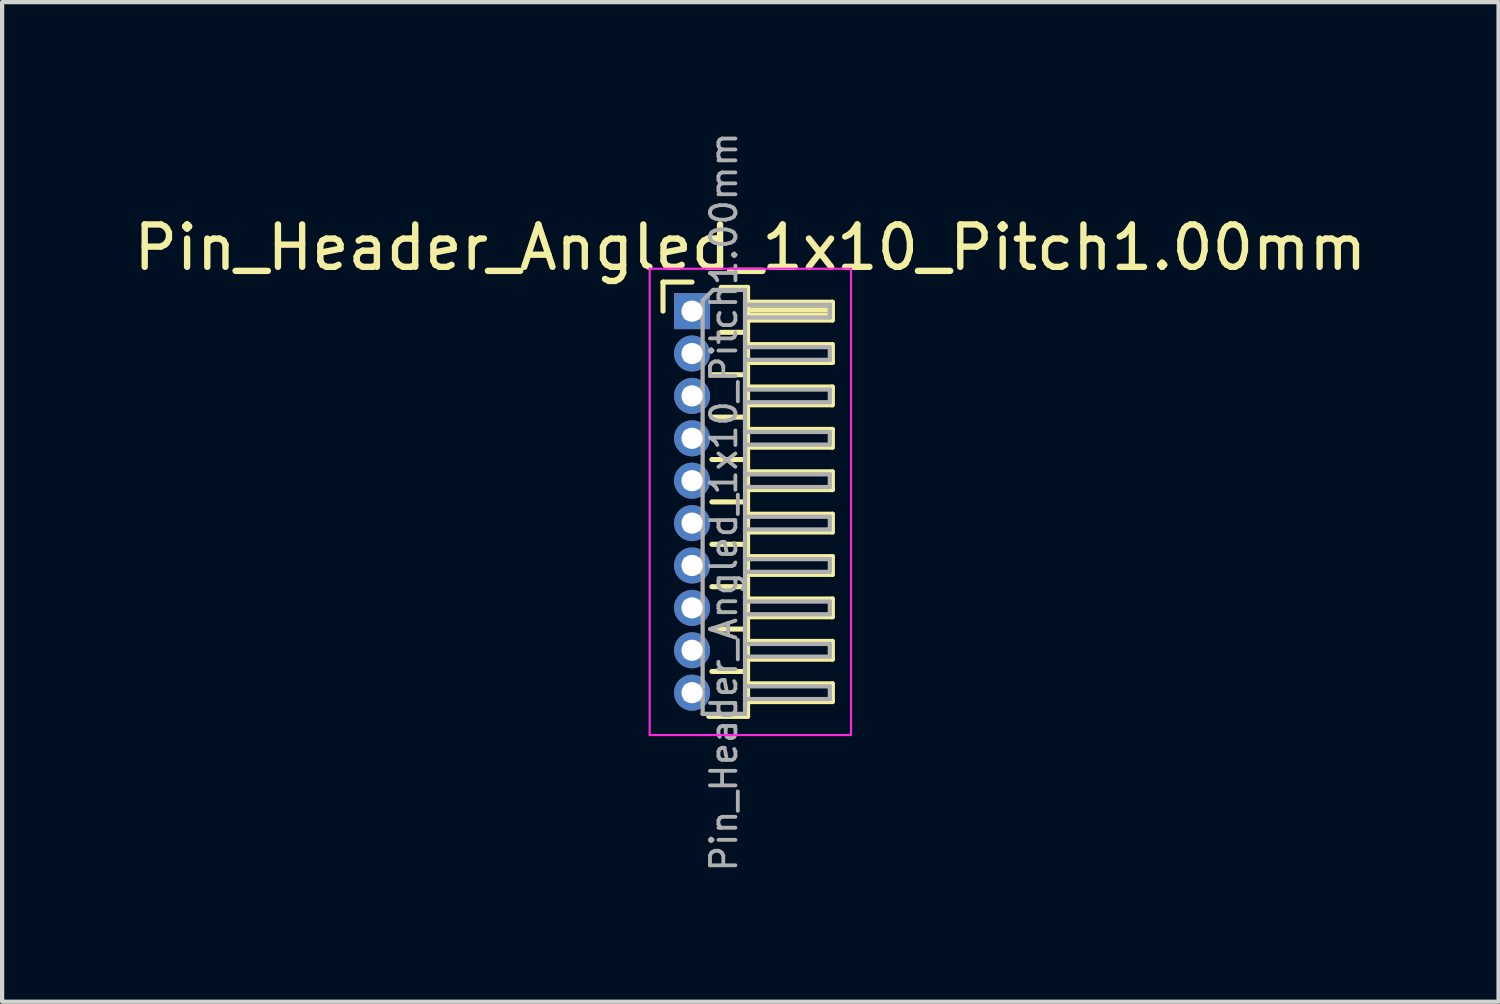
<source format=kicad_pcb>
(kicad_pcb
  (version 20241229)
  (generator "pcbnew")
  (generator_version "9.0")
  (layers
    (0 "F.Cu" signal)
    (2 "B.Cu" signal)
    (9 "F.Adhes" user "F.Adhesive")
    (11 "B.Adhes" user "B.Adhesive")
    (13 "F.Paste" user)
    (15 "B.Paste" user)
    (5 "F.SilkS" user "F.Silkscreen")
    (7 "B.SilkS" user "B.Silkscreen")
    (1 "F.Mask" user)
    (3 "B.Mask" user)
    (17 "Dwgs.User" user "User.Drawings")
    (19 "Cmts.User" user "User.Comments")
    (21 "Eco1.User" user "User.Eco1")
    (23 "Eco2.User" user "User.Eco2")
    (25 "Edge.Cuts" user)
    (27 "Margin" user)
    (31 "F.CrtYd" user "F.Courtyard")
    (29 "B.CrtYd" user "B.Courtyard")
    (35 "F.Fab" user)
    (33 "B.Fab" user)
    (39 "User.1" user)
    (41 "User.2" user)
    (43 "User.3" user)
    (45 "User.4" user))
  (footprint "Pin_Header_Angled_1x10_Pitch1.00mm"
    (layer "F.Cu")
    (at 13.274 4.289)
    (property "Reference" "Pin_Header_Angled_1x10_Pitch1.00mm" (at 1.375 -1.5 0) (layer "F.SilkS") (effects (font (size 1 1) (thickness 0.15))))
    (attr through_hole)
    (fp_line (start -0.685 -0.685) (end 0 -0.685) (stroke (width 0.12) (type solid)) (layer "F.SilkS"))
    (fp_line (start -0.685 0) (end -0.685 -0.685) (stroke (width 0.12) (type solid)) (layer "F.SilkS"))
    (fp_line (start 0.468 1.5) (end 1.31 1.5) (stroke (width 0.12) (type solid)) (layer "F.SilkS"))
    (fp_line (start 0.468 2.5) (end 1.31 2.5) (stroke (width 0.12) (type solid)) (layer "F.SilkS"))
    (fp_line (start 0.468 3.5) (end 1.31 3.5) (stroke (width 0.12) (type solid)) (layer "F.SilkS"))
    (fp_line (start 0.468 4.5) (end 1.31 4.5) (stroke (width 0.12) (type solid)) (layer "F.SilkS"))
    (fp_line (start 0.468 5.5) (end 1.31 5.5) (stroke (width 0.12) (type solid)) (layer "F.SilkS"))
    (fp_line (start 0.468 6.5) (end 1.31 6.5) (stroke (width 0.12) (type solid)) (layer "F.SilkS"))
    (fp_line (start 0.468 7.5) (end 1.31 7.5) (stroke (width 0.12) (type solid)) (layer "F.SilkS"))
    (fp_line (start 0.468 8.5) (end 1.31 8.5) (stroke (width 0.12) (type solid)) (layer "F.SilkS"))
    (fp_line (start 0.685 -0.56) (end 1.31 -0.56) (stroke (width 0.12) (type solid)) (layer "F.SilkS"))
    (fp_line (start 0.685 0.5) (end 1.31 0.5) (stroke (width 0.12) (type solid)) (layer "F.SilkS"))
    (fp_line (start 1.31 -0.56) (end 1.31 9.56) (stroke (width 0.12) (type solid)) (layer "F.SilkS"))
    (fp_line (start 1.31 -0.21) (end 3.31 -0.21) (stroke (width 0.12) (type solid)) (layer "F.SilkS"))
    (fp_line (start 1.31 -0.15) (end 3.31 -0.15) (stroke (width 0.12) (type solid)) (layer "F.SilkS"))
    (fp_line (start 1.31 -0.03) (end 3.31 -0.03) (stroke (width 0.12) (type solid)) (layer "F.SilkS"))
    (fp_line (start 1.31 0.09) (end 3.31 0.09) (stroke (width 0.12) (type solid)) (layer "F.SilkS"))
    (fp_line (start 1.31 0.79) (end 3.31 0.79) (stroke (width 0.12) (type solid)) (layer "F.SilkS"))
    (fp_line (start 1.31 1.79) (end 3.31 1.79) (stroke (width 0.12) (type solid)) (layer "F.SilkS"))
    (fp_line (start 1.31 2.79) (end 3.31 2.79) (stroke (width 0.12) (type solid)) (layer "F.SilkS"))
    (fp_line (start 1.31 3.79) (end 3.31 3.79) (stroke (width 0.12) (type solid)) (layer "F.SilkS"))
    (fp_line (start 1.31 4.79) (end 3.31 4.79) (stroke (width 0.12) (type solid)) (layer "F.SilkS"))
    (fp_line (start 1.31 5.79) (end 3.31 5.79) (stroke (width 0.12) (type solid)) (layer "F.SilkS"))
    (fp_line (start 1.31 6.79) (end 3.31 6.79) (stroke (width 0.12) (type solid)) (layer "F.SilkS"))
    (fp_line (start 1.31 7.79) (end 3.31 7.79) (stroke (width 0.12) (type solid)) (layer "F.SilkS"))
    (fp_line (start 1.31 8.79) (end 3.31 8.79) (stroke (width 0.12) (type solid)) (layer "F.SilkS"))
    (fp_line (start 1.31 9.56) (end 0.394 9.56) (stroke (width 0.12) (type solid)) (layer "F.SilkS"))
    (fp_line (start 3.31 -0.21) (end 3.31 0.21) (stroke (width 0.12) (type solid)) (layer "F.SilkS"))
    (fp_line (start 3.31 0.21) (end 1.31 0.21) (stroke (width 0.12) (type solid)) (layer "F.SilkS"))
    (fp_line (start 3.31 0.79) (end 3.31 1.21) (stroke (width 0.12) (type solid)) (layer "F.SilkS"))
    (fp_line (start 3.31 1.21) (end 1.31 1.21) (stroke (width 0.12) (type solid)) (layer "F.SilkS"))
    (fp_line (start 3.31 1.79) (end 3.31 2.21) (stroke (width 0.12) (type solid)) (layer "F.SilkS"))
    (fp_line (start 3.31 2.21) (end 1.31 2.21) (stroke (width 0.12) (type solid)) (layer "F.SilkS"))
    (fp_line (start 3.31 2.79) (end 3.31 3.21) (stroke (width 0.12) (type solid)) (layer "F.SilkS"))
    (fp_line (start 3.31 3.21) (end 1.31 3.21) (stroke (width 0.12) (type solid)) (layer "F.SilkS"))
    (fp_line (start 3.31 3.79) (end 3.31 4.21) (stroke (width 0.12) (type solid)) (layer "F.SilkS"))
    (fp_line (start 3.31 4.21) (end 1.31 4.21) (stroke (width 0.12) (type solid)) (layer "F.SilkS"))
    (fp_line (start 3.31 4.79) (end 3.31 5.21) (stroke (width 0.12) (type solid)) (layer "F.SilkS"))
    (fp_line (start 3.31 5.21) (end 1.31 5.21) (stroke (width 0.12) (type solid)) (layer "F.SilkS"))
    (fp_line (start 3.31 5.79) (end 3.31 6.21) (stroke (width 0.12) (type solid)) (layer "F.SilkS"))
    (fp_line (start 3.31 6.21) (end 1.31 6.21) (stroke (width 0.12) (type solid)) (layer "F.SilkS"))
    (fp_line (start 3.31 6.79) (end 3.31 7.21) (stroke (width 0.12) (type solid)) (layer "F.SilkS"))
    (fp_line (start 3.31 7.21) (end 1.31 7.21) (stroke (width 0.12) (type solid)) (layer "F.SilkS"))
    (fp_line (start 3.31 7.79) (end 3.31 8.21) (stroke (width 0.12) (type solid)) (layer "F.SilkS"))
    (fp_line (start 3.31 8.21) (end 1.31 8.21) (stroke (width 0.12) (type solid)) (layer "F.SilkS"))
    (fp_line (start 3.31 8.79) (end 3.31 9.21) (stroke (width 0.12) (type solid)) (layer "F.SilkS"))
    (fp_line (start 3.31 9.21) (end 1.31 9.21) (stroke (width 0.12) (type solid)) (layer "F.SilkS"))
    (fp_line (start -1 -1) (end -1 10) (stroke (width 0.05) (type solid)) (layer "F.CrtYd"))
    (fp_line (start -1 10) (end 3.75 10) (stroke (width 0.05) (type solid)) (layer "F.CrtYd"))
    (fp_line (start 3.75 -1) (end -1 -1) (stroke (width 0.05) (type solid)) (layer "F.CrtYd"))
    (fp_line (start 3.75 10) (end 3.75 -1) (stroke (width 0.05) (type solid)) (layer "F.CrtYd"))
    (fp_line (start -0.15 -0.15) (end -0.15 0.15) (stroke (width 0.1) (type solid)) (layer "F.Fab"))
    (fp_line (start -0.15 -0.15) (end 0.25 -0.15) (stroke (width 0.1) (type solid)) (layer "F.Fab"))
    (fp_line (start -0.15 0.15) (end 0.25 0.15) (stroke (width 0.1) (type solid)) (layer "F.Fab"))
    (fp_line (start -0.15 0.85) (end -0.15 1.15) (stroke (width 0.1) (type solid)) (layer "F.Fab"))
    (fp_line (start -0.15 0.85) (end 0.25 0.85) (stroke (width 0.1) (type solid)) (layer "F.Fab"))
    (fp_line (start -0.15 1.15) (end 0.25 1.15) (stroke (width 0.1) (type solid)) (layer "F.Fab"))
    (fp_line (start -0.15 1.85) (end -0.15 2.15) (stroke (width 0.1) (type solid)) (layer "F.Fab"))
    (fp_line (start -0.15 1.85) (end 0.25 1.85) (stroke (width 0.1) (type solid)) (layer "F.Fab"))
    (fp_line (start -0.15 2.15) (end 0.25 2.15) (stroke (width 0.1) (type solid)) (layer "F.Fab"))
    (fp_line (start -0.15 2.85) (end -0.15 3.15) (stroke (width 0.1) (type solid)) (layer "F.Fab"))
    (fp_line (start -0.15 2.85) (end 0.25 2.85) (stroke (width 0.1) (type solid)) (layer "F.Fab"))
    (fp_line (start -0.15 3.15) (end 0.25 3.15) (stroke (width 0.1) (type solid)) (layer "F.Fab"))
    (fp_line (start -0.15 3.85) (end -0.15 4.15) (stroke (width 0.1) (type solid)) (layer "F.Fab"))
    (fp_line (start -0.15 3.85) (end 0.25 3.85) (stroke (width 0.1) (type solid)) (layer "F.Fab"))
    (fp_line (start -0.15 4.15) (end 0.25 4.15) (stroke (width 0.1) (type solid)) (layer "F.Fab"))
    (fp_line (start -0.15 4.85) (end -0.15 5.15) (stroke (width 0.1) (type solid)) (layer "F.Fab"))
    (fp_line (start -0.15 4.85) (end 0.25 4.85) (stroke (width 0.1) (type solid)) (layer "F.Fab"))
    (fp_line (start -0.15 5.15) (end 0.25 5.15) (stroke (width 0.1) (type solid)) (layer "F.Fab"))
    (fp_line (start -0.15 5.85) (end -0.15 6.15) (stroke (width 0.1) (type solid)) (layer "F.Fab"))
    (fp_line (start -0.15 5.85) (end 0.25 5.85) (stroke (width 0.1) (type solid)) (layer "F.Fab"))
    (fp_line (start -0.15 6.15) (end 0.25 6.15) (stroke (width 0.1) (type solid)) (layer "F.Fab"))
    (fp_line (start -0.15 6.85) (end -0.15 7.15) (stroke (width 0.1) (type solid)) (layer "F.Fab"))
    (fp_line (start -0.15 6.85) (end 0.25 6.85) (stroke (width 0.1) (type solid)) (layer "F.Fab"))
    (fp_line (start -0.15 7.15) (end 0.25 7.15) (stroke (width 0.1) (type solid)) (layer "F.Fab"))
    (fp_line (start -0.15 7.85) (end -0.15 8.15) (stroke (width 0.1) (type solid)) (layer "F.Fab"))
    (fp_line (start -0.15 7.85) (end 0.25 7.85) (stroke (width 0.1) (type solid)) (layer "F.Fab"))
    (fp_line (start -0.15 8.15) (end 0.25 8.15) (stroke (width 0.1) (type solid)) (layer "F.Fab"))
    (fp_line (start -0.15 8.85) (end -0.15 9.15) (stroke (width 0.1) (type solid)) (layer "F.Fab"))
    (fp_line (start -0.15 8.85) (end 0.25 8.85) (stroke (width 0.1) (type solid)) (layer "F.Fab"))
    (fp_line (start -0.15 9.15) (end 0.25 9.15) (stroke (width 0.1) (type solid)) (layer "F.Fab"))
    (fp_line (start 0.25 -0.25) (end 0.5 -0.5) (stroke (width 0.1) (type solid)) (layer "F.Fab"))
    (fp_line (start 0.25 9.5) (end 0.25 -0.25) (stroke (width 0.1) (type solid)) (layer "F.Fab"))
    (fp_line (start 0.5 -0.5) (end 1.25 -0.5) (stroke (width 0.1) (type solid)) (layer "F.Fab"))
    (fp_line (start 1.25 -0.5) (end 1.25 9.5) (stroke (width 0.1) (type solid)) (layer "F.Fab"))
    (fp_line (start 1.25 -0.15) (end 3.25 -0.15) (stroke (width 0.1) (type solid)) (layer "F.Fab"))
    (fp_line (start 1.25 0.15) (end 3.25 0.15) (stroke (width 0.1) (type solid)) (layer "F.Fab"))
    (fp_line (start 1.25 0.85) (end 3.25 0.85) (stroke (width 0.1) (type solid)) (layer "F.Fab"))
    (fp_line (start 1.25 1.15) (end 3.25 1.15) (stroke (width 0.1) (type solid)) (layer "F.Fab"))
    (fp_line (start 1.25 1.85) (end 3.25 1.85) (stroke (width 0.1) (type solid)) (layer "F.Fab"))
    (fp_line (start 1.25 2.15) (end 3.25 2.15) (stroke (width 0.1) (type solid)) (layer "F.Fab"))
    (fp_line (start 1.25 2.85) (end 3.25 2.85) (stroke (width 0.1) (type solid)) (layer "F.Fab"))
    (fp_line (start 1.25 3.15) (end 3.25 3.15) (stroke (width 0.1) (type solid)) (layer "F.Fab"))
    (fp_line (start 1.25 3.85) (end 3.25 3.85) (stroke (width 0.1) (type solid)) (layer "F.Fab"))
    (fp_line (start 1.25 4.15) (end 3.25 4.15) (stroke (width 0.1) (type solid)) (layer "F.Fab"))
    (fp_line (start 1.25 4.85) (end 3.25 4.85) (stroke (width 0.1) (type solid)) (layer "F.Fab"))
    (fp_line (start 1.25 5.15) (end 3.25 5.15) (stroke (width 0.1) (type solid)) (layer "F.Fab"))
    (fp_line (start 1.25 5.85) (end 3.25 5.85) (stroke (width 0.1) (type solid)) (layer "F.Fab"))
    (fp_line (start 1.25 6.15) (end 3.25 6.15) (stroke (width 0.1) (type solid)) (layer "F.Fab"))
    (fp_line (start 1.25 6.85) (end 3.25 6.85) (stroke (width 0.1) (type solid)) (layer "F.Fab"))
    (fp_line (start 1.25 7.15) (end 3.25 7.15) (stroke (width 0.1) (type solid)) (layer "F.Fab"))
    (fp_line (start 1.25 7.85) (end 3.25 7.85) (stroke (width 0.1) (type solid)) (layer "F.Fab"))
    (fp_line (start 1.25 8.15) (end 3.25 8.15) (stroke (width 0.1) (type solid)) (layer "F.Fab"))
    (fp_line (start 1.25 8.85) (end 3.25 8.85) (stroke (width 0.1) (type solid)) (layer "F.Fab"))
    (fp_line (start 1.25 9.15) (end 3.25 9.15) (stroke (width 0.1) (type solid)) (layer "F.Fab"))
    (fp_line (start 1.25 9.5) (end 0.25 9.5) (stroke (width 0.1) (type solid)) (layer "F.Fab"))
    (fp_line (start 3.25 -0.15) (end 3.25 0.15) (stroke (width 0.1) (type solid)) (layer "F.Fab"))
    (fp_line (start 3.25 0.85) (end 3.25 1.15) (stroke (width 0.1) (type solid)) (layer "F.Fab"))
    (fp_line (start 3.25 1.85) (end 3.25 2.15) (stroke (width 0.1) (type solid)) (layer "F.Fab"))
    (fp_line (start 3.25 2.85) (end 3.25 3.15) (stroke (width 0.1) (type solid)) (layer "F.Fab"))
    (fp_line (start 3.25 3.85) (end 3.25 4.15) (stroke (width 0.1) (type solid)) (layer "F.Fab"))
    (fp_line (start 3.25 4.85) (end 3.25 5.15) (stroke (width 0.1) (type solid)) (layer "F.Fab"))
    (fp_line (start 3.25 5.85) (end 3.25 6.15) (stroke (width 0.1) (type solid)) (layer "F.Fab"))
    (fp_line (start 3.25 6.85) (end 3.25 7.15) (stroke (width 0.1) (type solid)) (layer "F.Fab"))
    (fp_line (start 3.25 7.85) (end 3.25 8.15) (stroke (width 0.1) (type solid)) (layer "F.Fab"))
    (fp_line (start 3.25 8.85) (end 3.25 9.15) (stroke (width 0.1) (type solid)) (layer "F.Fab"))
    (fp_text user "${REFERENCE}" (at 0.75 4.5 90) (layer "F.Fab") (effects (font (size 0.6 0.6) (thickness 0.09))))
    (pad "1" thru_hole rect (at 0 0) (size 0.85 0.85) (drill 0.5) (layers "*.Cu" "*.Mask"))
    (pad "2" thru_hole oval (at 0 1) (size 0.85 0.85) (drill 0.5) (layers "*.Cu" "*.Mask"))
    (pad "3" thru_hole oval (at 0 2) (size 0.85 0.85) (drill 0.5) (layers "*.Cu" "*.Mask"))
    (pad "4" thru_hole oval (at 0 3) (size 0.85 0.85) (drill 0.5) (layers "*.Cu" "*.Mask"))
    (pad "5" thru_hole oval (at 0 4) (size 0.85 0.85) (drill 0.5) (layers "*.Cu" "*.Mask"))
    (pad "6" thru_hole oval (at 0 5) (size 0.85 0.85) (drill 0.5) (layers "*.Cu" "*.Mask"))
    (pad "7" thru_hole oval (at 0 6) (size 0.85 0.85) (drill 0.5) (layers "*.Cu" "*.Mask"))
    (pad "8" thru_hole oval (at 0 7) (size 0.85 0.85) (drill 0.5) (layers "*.Cu" "*.Mask"))
    (pad "9" thru_hole oval (at 0 8) (size 0.85 0.85) (drill 0.5) (layers "*.Cu" "*.Mask"))
    (pad "10" thru_hole oval (at 0 9) (size 0.85 0.85) (drill 0.5) (layers "*.Cu" "*.Mask")))
  (gr_rect
    (start -3 -3)
    (end 32.298 20.579)
    (stroke (width 0.1) (type default))
    (fill no)
    (layer "Edge.Cuts")))
</source>
